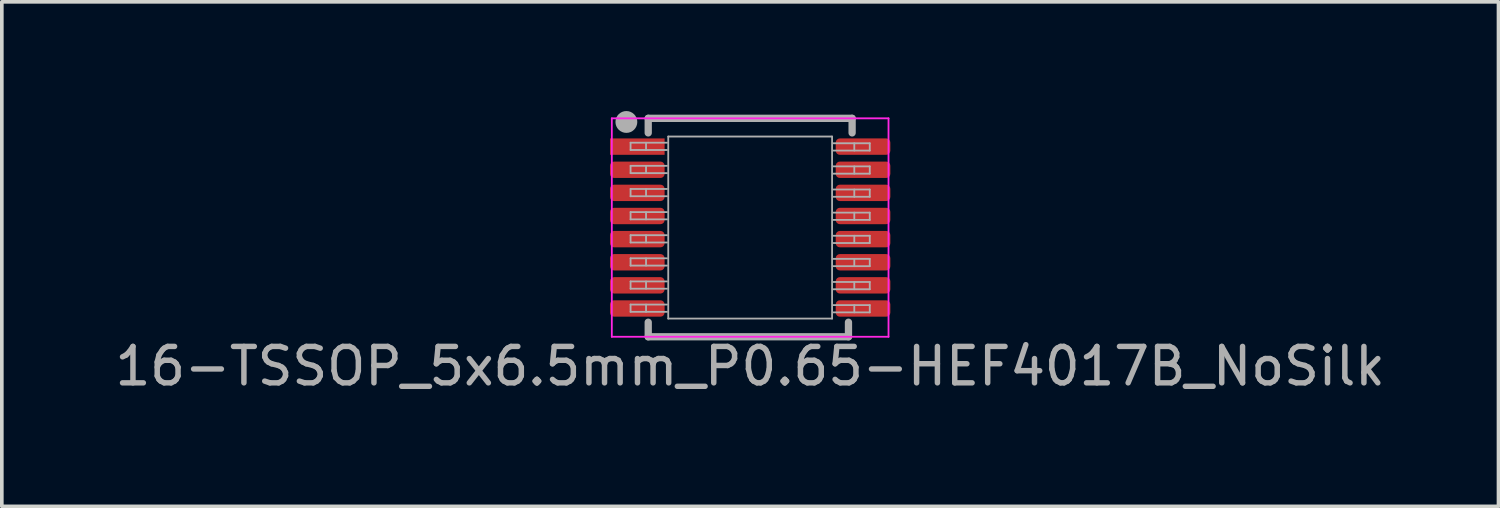
<source format=kicad_pcb>
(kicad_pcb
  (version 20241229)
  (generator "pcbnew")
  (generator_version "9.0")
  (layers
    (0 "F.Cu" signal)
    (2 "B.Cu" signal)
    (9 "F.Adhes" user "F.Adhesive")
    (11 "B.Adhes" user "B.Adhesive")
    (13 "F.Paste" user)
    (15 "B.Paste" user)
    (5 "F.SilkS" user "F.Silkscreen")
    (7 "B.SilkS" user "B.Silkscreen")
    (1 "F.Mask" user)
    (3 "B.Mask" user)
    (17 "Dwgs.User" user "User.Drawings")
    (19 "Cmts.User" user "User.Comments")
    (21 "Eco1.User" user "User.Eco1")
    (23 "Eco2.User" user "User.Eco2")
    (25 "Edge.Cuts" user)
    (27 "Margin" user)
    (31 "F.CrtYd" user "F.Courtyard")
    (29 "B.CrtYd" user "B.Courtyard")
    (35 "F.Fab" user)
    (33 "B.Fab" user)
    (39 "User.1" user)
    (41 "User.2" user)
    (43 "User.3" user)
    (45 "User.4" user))
  (footprint "16-TSSOP_5x6.5mm_P0.65-HEF4017B_NoSilk"
    (layer "F.Cu")
    (at 17.554 3.2)
    (property "Reference" "16-TSSOP_5x6.5mm_P0.65-HEF4017B_NoSilk" (at 0 3.81 0) (layer "F.Fab") (effects (font (size 1 1) (thickness 0.15))))
    (attr smd)
    (fp_line (start -3.8 -3) (end 3.8 -3) (stroke (width 0.05) (type solid)) (layer "F.CrtYd"))
    (fp_line (start -3.8 3) (end -3.8 -3) (stroke (width 0.05) (type solid)) (layer "F.CrtYd"))
    (fp_line (start 3.8 -3) (end 3.8 3) (stroke (width 0.05) (type solid)) (layer "F.CrtYd"))
    (fp_line (start 3.8 3) (end -3.8 3) (stroke (width 0.05) (type solid)) (layer "F.CrtYd"))
    (fp_line (start -3.285 -2.33) (end -3.285 -2.13) (stroke (width 0.05) (type solid)) (layer "F.Fab"))
    (fp_line (start -3.285 -2.13) (end -2.285 -2.13) (stroke (width 0.05) (type solid)) (layer "F.Fab"))
    (fp_line (start -3.285 -1.695) (end -3.285 -1.495) (stroke (width 0.05) (type solid)) (layer "F.Fab"))
    (fp_line (start -3.285 -1.495) (end -2.285 -1.495) (stroke (width 0.05) (type solid)) (layer "F.Fab"))
    (fp_line (start -3.285 -1.06) (end -3.285 -0.86) (stroke (width 0.05) (type solid)) (layer "F.Fab"))
    (fp_line (start -3.285 -0.86) (end -2.285 -0.86) (stroke (width 0.05) (type solid)) (layer "F.Fab"))
    (fp_line (start -3.285 -0.425) (end -3.285 -0.225) (stroke (width 0.05) (type solid)) (layer "F.Fab"))
    (fp_line (start -3.285 -0.225) (end -2.285 -0.225) (stroke (width 0.05) (type solid)) (layer "F.Fab"))
    (fp_line (start -3.285 0.21) (end -3.285 0.41) (stroke (width 0.05) (type solid)) (layer "F.Fab"))
    (fp_line (start -3.285 0.41) (end -2.285 0.41) (stroke (width 0.05) (type solid)) (layer "F.Fab"))
    (fp_line (start -3.285 0.845) (end -3.285 1.045) (stroke (width 0.05) (type solid)) (layer "F.Fab"))
    (fp_line (start -3.285 1.045) (end -2.285 1.045) (stroke (width 0.05) (type solid)) (layer "F.Fab"))
    (fp_line (start -3.285 1.48) (end -3.285 1.68) (stroke (width 0.05) (type solid)) (layer "F.Fab"))
    (fp_line (start -3.285 1.68) (end -2.285 1.68) (stroke (width 0.05) (type solid)) (layer "F.Fab"))
    (fp_line (start -3.285 2.115) (end -3.285 2.315) (stroke (width 0.05) (type solid)) (layer "F.Fab"))
    (fp_line (start -3.285 2.315) (end -2.285 2.315) (stroke (width 0.05) (type solid)) (layer "F.Fab"))
    (fp_line (start -2.86 -2.33) (end -2.86 -2.13) (stroke (width 0.05) (type solid)) (layer "F.Fab"))
    (fp_line (start -2.86 -1.695) (end -2.86 -1.495) (stroke (width 0.05) (type solid)) (layer "F.Fab"))
    (fp_line (start -2.86 -1.06) (end -2.86 -0.86) (stroke (width 0.05) (type solid)) (layer "F.Fab"))
    (fp_line (start -2.86 -0.425) (end -2.86 -0.225) (stroke (width 0.05) (type solid)) (layer "F.Fab"))
    (fp_line (start -2.86 0.21) (end -2.86 0.41) (stroke (width 0.05) (type solid)) (layer "F.Fab"))
    (fp_line (start -2.86 0.845) (end -2.86 1.045) (stroke (width 0.05) (type solid)) (layer "F.Fab"))
    (fp_line (start -2.86 1.48) (end -2.86 1.68) (stroke (width 0.05) (type solid)) (layer "F.Fab"))
    (fp_line (start -2.86 2.115) (end -2.86 2.315) (stroke (width 0.05) (type solid)) (layer "F.Fab"))
    (fp_line (start -2.8 -3) (end -2.8 -2.6) (stroke (width 0.2) (type solid)) (layer "F.Fab"))
    (fp_line (start -2.8 -3) (end 2.8 -3) (stroke (width 0.2) (type solid)) (layer "F.Fab"))
    (fp_line (start -2.8 3) (end -2.8 2.6) (stroke (width 0.2) (type solid)) (layer "F.Fab"))
    (fp_line (start -2.285 -2.33) (end -3.285 -2.33) (stroke (width 0.05) (type solid)) (layer "F.Fab"))
    (fp_line (start -2.285 -1.695) (end -3.285 -1.695) (stroke (width 0.05) (type solid)) (layer "F.Fab"))
    (fp_line (start -2.285 -1.06) (end -3.285 -1.06) (stroke (width 0.05) (type solid)) (layer "F.Fab"))
    (fp_line (start -2.285 -0.425) (end -3.285 -0.425) (stroke (width 0.05) (type solid)) (layer "F.Fab"))
    (fp_line (start -2.285 0.21) (end -3.285 0.21) (stroke (width 0.05) (type solid)) (layer "F.Fab"))
    (fp_line (start -2.285 0.845) (end -3.285 0.845) (stroke (width 0.05) (type solid)) (layer "F.Fab"))
    (fp_line (start -2.285 1.48) (end -3.285 1.48) (stroke (width 0.05) (type solid)) (layer "F.Fab"))
    (fp_line (start -2.285 2.115) (end -3.285 2.115) (stroke (width 0.05) (type solid)) (layer "F.Fab"))
    (fp_line (start -2.25 -2.5) (end 2.25 -2.5) (stroke (width 0.05) (type solid)) (layer "F.Fab"))
    (fp_line (start -2.25 2.5) (end -2.25 -2.5) (stroke (width 0.05) (type solid)) (layer "F.Fab"))
    (fp_line (start 2.25 -2.5) (end 2.25 2.5) (stroke (width 0.05) (type solid)) (layer "F.Fab"))
    (fp_line (start 2.25 2.5) (end -2.25 2.5) (stroke (width 0.05) (type solid)) (layer "F.Fab"))
    (fp_line (start 2.285 -2.115) (end 3.285 -2.115) (stroke (width 0.05) (type solid)) (layer "F.Fab"))
    (fp_line (start 2.285 -1.48) (end 3.285 -1.48) (stroke (width 0.05) (type solid)) (layer "F.Fab"))
    (fp_line (start 2.285 -0.845) (end 3.285 -0.845) (stroke (width 0.05) (type solid)) (layer "F.Fab"))
    (fp_line (start 2.285 -0.21) (end 3.285 -0.21) (stroke (width 0.05) (type solid)) (layer "F.Fab"))
    (fp_line (start 2.285 0.425) (end 3.285 0.425) (stroke (width 0.05) (type solid)) (layer "F.Fab"))
    (fp_line (start 2.285 1.06) (end 3.285 1.06) (stroke (width 0.05) (type solid)) (layer "F.Fab"))
    (fp_line (start 2.285 1.695) (end 3.285 1.695) (stroke (width 0.05) (type solid)) (layer "F.Fab"))
    (fp_line (start 2.285 2.33) (end 3.285 2.33) (stroke (width 0.05) (type solid)) (layer "F.Fab"))
    (fp_line (start 2.7 2.6) (end 2.7 3) (stroke (width 0.2) (type solid)) (layer "F.Fab"))
    (fp_line (start 2.7 3) (end -2.8 3) (stroke (width 0.2) (type solid)) (layer "F.Fab"))
    (fp_line (start 2.8 -3) (end 2.8 -2.6) (stroke (width 0.2) (type solid)) (layer "F.Fab"))
    (fp_line (start 2.86 -2.115) (end 2.86 -2.315) (stroke (width 0.05) (type solid)) (layer "F.Fab"))
    (fp_line (start 2.86 -1.48) (end 2.86 -1.68) (stroke (width 0.05) (type solid)) (layer "F.Fab"))
    (fp_line (start 2.86 -0.845) (end 2.86 -1.045) (stroke (width 0.05) (type solid)) (layer "F.Fab"))
    (fp_line (start 2.86 -0.21) (end 2.86 -0.41) (stroke (width 0.05) (type solid)) (layer "F.Fab"))
    (fp_line (start 2.86 0.425) (end 2.86 0.225) (stroke (width 0.05) (type solid)) (layer "F.Fab"))
    (fp_line (start 2.86 1.06) (end 2.86 0.86) (stroke (width 0.05) (type solid)) (layer "F.Fab"))
    (fp_line (start 2.86 1.695) (end 2.86 1.495) (stroke (width 0.05) (type solid)) (layer "F.Fab"))
    (fp_line (start 2.86 2.33) (end 2.86 2.13) (stroke (width 0.05) (type solid)) (layer "F.Fab"))
    (fp_line (start 3.285 -2.315) (end 2.285 -2.315) (stroke (width 0.05) (type solid)) (layer "F.Fab"))
    (fp_line (start 3.285 -2.115) (end 3.285 -2.315) (stroke (width 0.05) (type solid)) (layer "F.Fab"))
    (fp_line (start 3.285 -1.68) (end 2.285 -1.68) (stroke (width 0.05) (type solid)) (layer "F.Fab"))
    (fp_line (start 3.285 -1.48) (end 3.285 -1.68) (stroke (width 0.05) (type solid)) (layer "F.Fab"))
    (fp_line (start 3.285 -1.045) (end 2.285 -1.045) (stroke (width 0.05) (type solid)) (layer "F.Fab"))
    (fp_line (start 3.285 -0.845) (end 3.285 -1.045) (stroke (width 0.05) (type solid)) (layer "F.Fab"))
    (fp_line (start 3.285 -0.41) (end 2.285 -0.41) (stroke (width 0.05) (type solid)) (layer "F.Fab"))
    (fp_line (start 3.285 -0.21) (end 3.285 -0.41) (stroke (width 0.05) (type solid)) (layer "F.Fab"))
    (fp_line (start 3.285 0.225) (end 2.285 0.225) (stroke (width 0.05) (type solid)) (layer "F.Fab"))
    (fp_line (start 3.285 0.425) (end 3.285 0.225) (stroke (width 0.05) (type solid)) (layer "F.Fab"))
    (fp_line (start 3.285 0.86) (end 2.285 0.86) (stroke (width 0.05) (type solid)) (layer "F.Fab"))
    (fp_line (start 3.285 1.06) (end 3.285 0.86) (stroke (width 0.05) (type solid)) (layer "F.Fab"))
    (fp_line (start 3.285 1.495) (end 2.285 1.495) (stroke (width 0.05) (type solid)) (layer "F.Fab"))
    (fp_line (start 3.285 1.695) (end 3.285 1.495) (stroke (width 0.05) (type solid)) (layer "F.Fab"))
    (fp_line (start 3.285 2.13) (end 2.285 2.13) (stroke (width 0.05) (type solid)) (layer "F.Fab"))
    (fp_line (start 3.285 2.33) (end 3.285 2.13) (stroke (width 0.05) (type solid)) (layer "F.Fab"))
    (fp_circle (center -3.4 -2.9) (end -3.25 -2.9) (stroke (width 0.3) (type solid)) (fill no) (layer "F.Fab"))
    (fp_text user "GND" (at -2.2 2.223 0) (layer "Eco1.User") (effects (font (size 0.25 0.25) (thickness 0.062)) (justify left)))
    (fp_text user "O8" (at 2.2 2.223 0) (layer "Eco1.User") (effects (font (size 0.25 0.25) (thickness 0.062)) (justify right)))
    (fp_text user "~{CP1}" (at 2.2 -0.318 0) (layer "Eco1.User") (effects (font (size 0.25 0.25) (thickness 0.062)) (justify right)))
    (fp_text user "O2" (at -2.2 -0.318 0) (layer "Eco1.User") (effects (font (size 0.25 0.25) (thickness 0.062)) (justify left)))
    (fp_text user "O4" (at 2.2 1.587 0) (layer "Eco1.User") (effects (font (size 0.25 0.25) (thickness 0.062)) (justify right)))
    (fp_text user "O0" (at -2.2 -0.953 0) (layer "Eco1.User") (effects (font (size 0.25 0.25) (thickness 0.062)) (justify left)))
    (fp_text user "MR" (at 2.2 -1.587 0) (layer "Eco1.User") (effects (font (size 0.25 0.25) (thickness 0.062)) (justify right)))
    (fp_text user "O5" (at -2.2 -2.223 0) (layer "Eco1.User") (effects (font (size 0.25 0.25) (thickness 0.062)) (justify left)))
    (fp_text user "O1" (at -2.2 -1.587 0) (layer "Eco1.User") (effects (font (size 0.25 0.25) (thickness 0.062)) (justify left)))
    (fp_text user "CP0" (at 2.2 -0.953 0) (layer "Eco1.User") (effects (font (size 0.25 0.25) (thickness 0.062)) (justify right)))
    (fp_text user "VCC" (at 2.2 -2.223 0) (layer "Eco1.User") (effects (font (size 0.25 0.25) (thickness 0.062)) (justify right)))
    (fp_text user "~{Q5-9}" (at 2.2 0.318 0) (layer "Eco1.User") (effects (font (size 0.25 0.25) (thickness 0.062)) (justify right)))
    (fp_text user "O3" (at -2.2 1.587 0) (layer "Eco1.User") (effects (font (size 0.25 0.25) (thickness 0.062)) (justify left)))
    (fp_text user "O7" (at -2.2 0.953 0) (layer "Eco1.User") (effects (font (size 0.25 0.25) (thickness 0.062)) (justify left)))
    (fp_text user "O9" (at 2.2 0.953 0) (layer "Eco1.User") (effects (font (size 0.25 0.25) (thickness 0.062)) (justify right)))
    (fp_text user "O6" (at -2.2 0.318 0) (layer "Eco1.User") (effects (font (size 0.25 0.25) (thickness 0.062)) (justify left)))
    (pad "1" smd rect (at -3.1 -2.223) (size 1.5 0.45) (layers "F.Cu" "F.Mask" "F.Paste"))
    (pad "2" smd roundrect (at -3.1 -1.587) (size 1.5 0.45) (layers "F.Cu" "F.Mask" "F.Paste") (roundrect_rratio 0.25))
    (pad "3" smd roundrect (at -3.1 -0.953) (size 1.5 0.45) (layers "F.Cu" "F.Mask" "F.Paste") (roundrect_rratio 0.25))
    (pad "4" smd roundrect (at -3.1 -0.318) (size 1.5 0.45) (layers "F.Cu" "F.Mask" "F.Paste") (roundrect_rratio 0.25))
    (pad "5" smd roundrect (at -3.1 0.318) (size 1.5 0.45) (layers "F.Cu" "F.Mask" "F.Paste") (roundrect_rratio 0.25))
    (pad "6" smd roundrect (at -3.1 0.953) (size 1.5 0.45) (layers "F.Cu" "F.Mask" "F.Paste") (roundrect_rratio 0.25))
    (pad "7" smd roundrect (at -3.1 1.587) (size 1.5 0.45) (layers "F.Cu" "F.Mask" "F.Paste") (roundrect_rratio 0.25))
    (pad "8" smd roundrect (at -3.1 2.223) (size 1.5 0.45) (layers "F.Cu" "F.Mask" "F.Paste") (roundrect_rratio 0.25))
    (pad "9" smd roundrect (at 3.1 2.223) (size 1.5 0.45) (layers "F.Cu" "F.Mask" "F.Paste") (roundrect_rratio 0.25))
    (pad "10" smd roundrect (at 3.1 1.587) (size 1.5 0.45) (layers "F.Cu" "F.Mask" "F.Paste") (roundrect_rratio 0.25))
    (pad "11" smd roundrect (at 3.1 0.953) (size 1.5 0.45) (layers "F.Cu" "F.Mask" "F.Paste") (roundrect_rratio 0.25))
    (pad "12" smd roundrect (at 3.1 0.318) (size 1.5 0.45) (layers "F.Cu" "F.Mask" "F.Paste") (roundrect_rratio 0.25))
    (pad "13" smd roundrect (at 3.1 -0.318) (size 1.5 0.45) (layers "F.Cu" "F.Mask" "F.Paste") (roundrect_rratio 0.25))
    (pad "14" smd roundrect (at 3.1 -0.953) (size 1.5 0.45) (layers "F.Cu" "F.Mask" "F.Paste") (roundrect_rratio 0.25))
    (pad "15" smd roundrect (at 3.1 -1.587) (size 1.5 0.45) (layers "F.Cu" "F.Mask" "F.Paste") (roundrect_rratio 0.25))
    (pad "16" smd roundrect (at 3.1 -2.223) (size 1.5 0.45) (layers "F.Cu" "F.Mask" "F.Paste") (roundrect_rratio 0.25)))
  (gr_rect
    (start -3 -3)
    (end 38.107 10.858)
    (stroke (width 0.1) (type default))
    (fill no)
    (layer "Edge.Cuts")))
</source>
